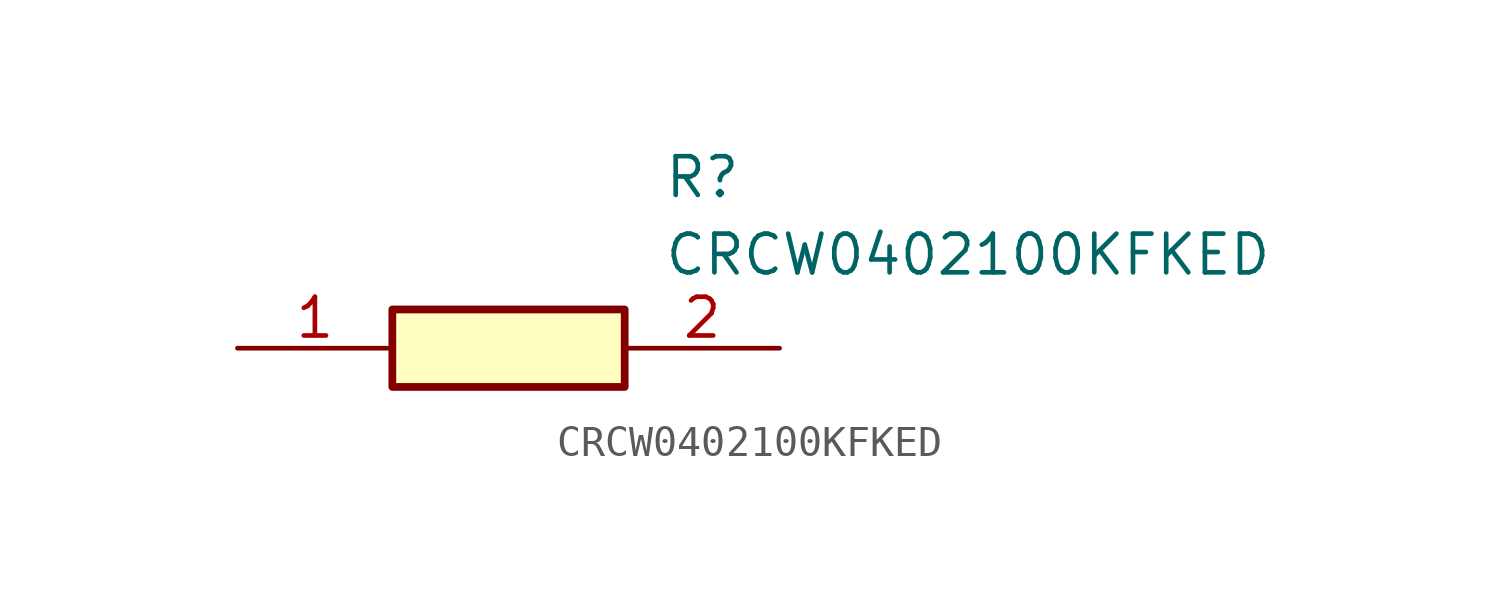
<source format=kicad_sym>
(kicad_symbol_lib
  (version 20211014)
  (generator SamacSys_ECAD_Model)
  (symbol "CRCW0402100KFKED"
    (pin_names hide)
    (property "Reference" "R"
      (at 13.97 6.35 0)
      (effects (font (size 1.27 1.27)) (justify left top)))
    (property "Value" "CRCW0402100KFKED"
      (at 13.97 3.81 0)
      (effects (font (size 1.27 1.27)) (justify left top)))
    (rectangle
      (start 5.08 1.27)
      (end 12.7 -1.27)
      (stroke (width 0.254) (type default))
      (fill (type background)))
    (pin passive line
      (at 0 0 0)
      (length 5.08)
      (name "1" (effects (font (size 1.27 1.27))))
      (number "1" (effects (font (size 1.27 1.27)))))
    (pin passive line
      (at 17.78 0 180)
      (length 5.08)
      (name "2" (effects (font (size 1.27 1.27))))
      (number "2" (effects (font (size 1.27 1.27)))))))
</source>
